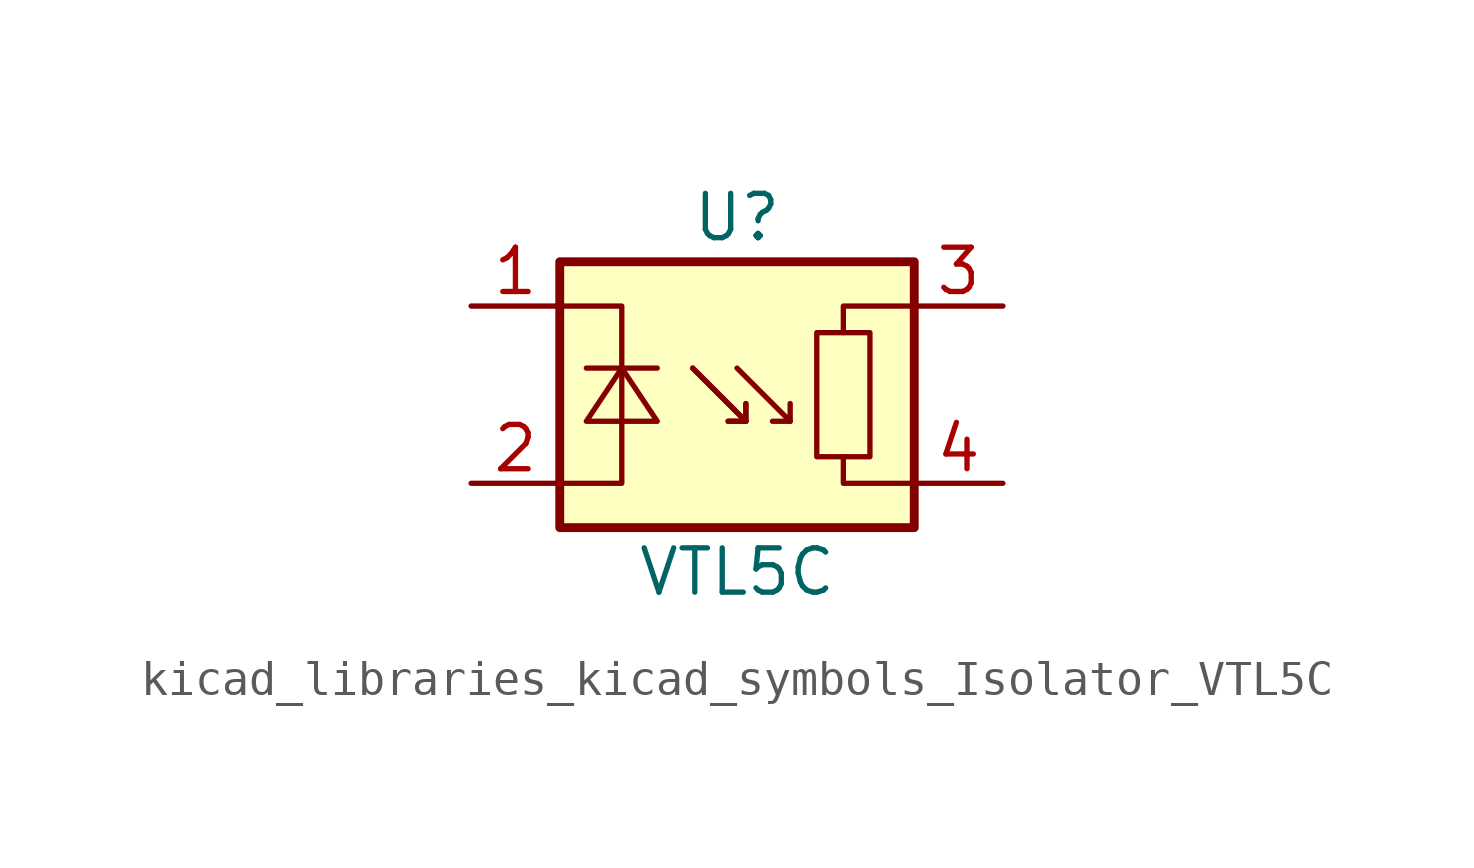
<source format=kicad_sym>
(kicad_symbol_lib
  (version 20220914)
  (generator kicad_symbol_editor)
  (symbol "kicad_libraries_kicad_symbols_Isolator_VTL5C"
    (pin_names
      (offset 1.016) hide)
    (property "Reference" "U"
      (at 0 5.08 0)
      (effects (font (size 1.27 1.27))))
    (property "Value" "VTL5C"
      (at 0 -5.08 0)
      (effects (font (size 1.27 1.27))))
    (symbol "kicad_libraries_kicad_symbols_Isolator_VTL5C_0_1"
      (rectangle (start -5.08 3.81) (end 5.08 -3.81) (stroke (width 0.254) (type default)) (fill (type background)))
      (polyline (pts (xy -4.318 0.762) (xy -2.286 0.762)) (stroke (width 0) (type default)) (fill (type none)))
      (polyline (pts (xy -1.27 0.762) (xy 0.254 -0.762)) (stroke (width 0) (type default)) (fill (type none)))
      (polyline (pts (xy -1.27 0.762) (xy 0.254 -0.762)) (stroke (width 0) (type default)) (fill (type none)))
      (polyline (pts (xy 0 0.762) (xy 1.524 -0.762)) (stroke (width 0) (type default)) (fill (type none)))
      (polyline (pts (xy 0.254 -0.254) (xy 0.254 -0.762) (xy -0.254 -0.762)) (stroke (width 0) (type default)) (fill (type none)))
      (polyline (pts (xy 0.254 -0.254) (xy 0.254 -0.762) (xy -0.254 -0.762)) (stroke (width 0) (type default)) (fill (type none)))
      (polyline (pts (xy 1.524 -0.254) (xy 1.524 -0.762) (xy 1.016 -0.762)) (stroke (width 0) (type default)) (fill (type none)))
      (polyline (pts (xy 3.048 -1.778) (xy 3.048 -2.54) (xy 5.08 -2.54)) (stroke (width 0) (type default)) (fill (type none)))
      (polyline (pts (xy 3.048 1.778) (xy 3.048 2.54) (xy 5.08 2.54)) (stroke (width 0) (type default)) (fill (type none)))
      (polyline (pts (xy -5.08 -2.54) (xy -3.302 -2.54) (xy -3.302 2.54) (xy -5.08 2.54)) (stroke (width 0) (type default)) (fill (type none)))
      (rectangle (start 2.286 1.778) (end 3.81 -1.778) (stroke (width 0) (type default)) (fill (type none))))
    (symbol "kicad_libraries_kicad_symbols_Isolator_VTL5C_1_1"
      (polyline (pts (xy -4.318 -0.762) (xy -3.302 0.762) (xy -2.286 -0.762) (xy -4.318 -0.762)) (stroke (width 0) (type default)) (fill (type none)))
      (pin passive line (at -7.62 2.54 0) (length 2.54) (name "-" (effects (font (size 1.27 1.27)))) (number "1" (effects (font (size 1.27 1.27)))))
      (pin passive line (at -7.62 -2.54 0) (length 2.54) (name "+" (effects (font (size 1.27 1.27)))) (number "2" (effects (font (size 1.27 1.27)))))
      (pin passive line (at 7.62 2.54 180) (length 2.54) (name "~" (effects (font (size 1.27 1.27)))) (number "3" (effects (font (size 1.27 1.27)))))
      (pin passive line (at 7.62 -2.54 180) (length 2.54) (name "~" (effects (font (size 1.27 1.27)))) (number "4" (effects (font (size 1.27 1.27))))))))
</source>
